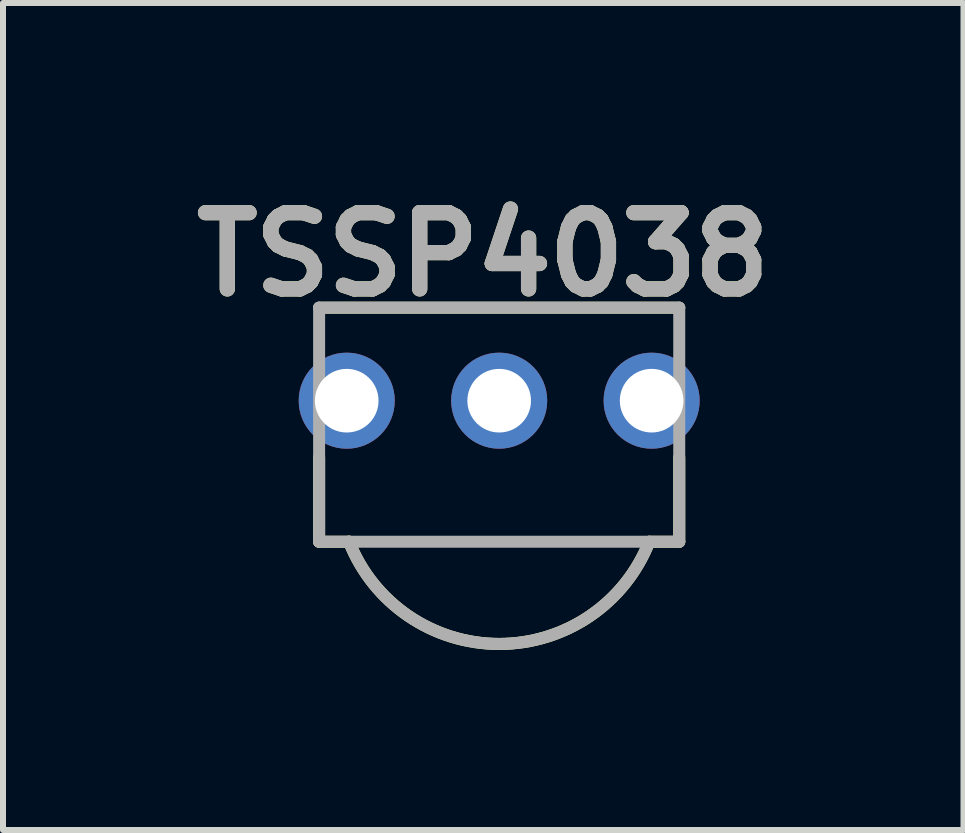
<source format=kicad_pcb>
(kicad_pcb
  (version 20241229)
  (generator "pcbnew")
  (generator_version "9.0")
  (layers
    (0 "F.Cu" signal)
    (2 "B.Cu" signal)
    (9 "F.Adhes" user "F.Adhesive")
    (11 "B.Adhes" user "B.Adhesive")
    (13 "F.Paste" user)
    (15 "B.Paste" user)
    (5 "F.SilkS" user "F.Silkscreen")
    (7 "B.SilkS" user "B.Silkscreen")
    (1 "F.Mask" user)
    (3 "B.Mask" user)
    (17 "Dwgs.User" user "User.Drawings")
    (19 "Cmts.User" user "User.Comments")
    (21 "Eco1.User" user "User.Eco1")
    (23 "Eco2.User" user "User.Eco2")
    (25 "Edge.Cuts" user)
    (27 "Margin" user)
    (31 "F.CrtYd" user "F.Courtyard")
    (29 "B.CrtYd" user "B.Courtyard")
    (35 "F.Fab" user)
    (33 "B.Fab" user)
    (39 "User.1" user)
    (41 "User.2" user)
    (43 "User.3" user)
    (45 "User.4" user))
  (footprint "TSSP4038"
    (layer "F.Cu")
    (at 5.267 5.076)
    (property "Reference" "TSSP4038" (at -0.266 -3.887 0) (layer "F.SilkS") (effects (font (size 1.27 1.27) (thickness 0.254))))
    (attr through_hole)
    (fp_line (start -3 -3) (end 3 -3) (stroke (width 0.2) (type solid)) (layer "F.SilkS"))
    (fp_line (start -3 0.9) (end -3 -0.505) (stroke (width 0.2) (type solid)) (layer "F.SilkS"))
    (fp_line (start -3 0.9) (end -2.5 0.9) (stroke (width 0.2) (type solid)) (layer "F.SilkS"))
    (fp_line (start 3 0.9) (end 2.5 0.9) (stroke (width 0.2) (type solid)) (layer "F.SilkS"))
    (fp_line (start 3 0.9) (end 3 -0.505) (stroke (width 0.2) (type solid)) (layer "F.SilkS"))
    (fp_arc (start 2.5 0.9) (mid -0.001152 2.603001) (end -2.500843 0.897855) (stroke (width 0.2) (type solid)) (layer "F.SilkS"))
    (fp_line (start -3 -3) (end 3 -3) (stroke (width 0.2) (type solid)) (layer "F.Fab"))
    (fp_line (start -3 0.9) (end -3 -3) (stroke (width 0.2) (type solid)) (layer "F.Fab"))
    (fp_line (start 3 -3) (end 3 0.9) (stroke (width 0.2) (type solid)) (layer "F.Fab"))
    (fp_line (start 3 0.9) (end -3 0.9) (stroke (width 0.2) (type solid)) (layer "F.Fab"))
    (fp_arc (start 2.499174 0.902097) (mid -0.001127 2.602957) (end -2.5 0.9) (stroke (width 0.2) (type solid)) (layer "F.Fab"))
    (fp_text user "${REFERENCE}" (at -0.266 -3.887 0) (layer "F.Fab") (effects (font (size 1.27 1.27) (thickness 0.254))))
    (pad "1" thru_hole circle (at -2.54 -1.45) (size 1.6 1.6) (drill 1.06) (layers "*.Cu" "*.Mask"))
    (pad "2" thru_hole circle (at 0 -1.45) (size 1.6 1.6) (drill 1.06) (layers "*.Cu" "*.Mask"))
    (pad "3" thru_hole circle (at 2.54 -1.45) (size 1.6 1.6) (drill 1.06) (layers "*.Cu" "*.Mask")))
  (gr_rect
    (start -3 -3)
    (end 13.003 10.779)
    (stroke (width 0.1) (type default))
    (fill no)
    (layer "Edge.Cuts")))
</source>
